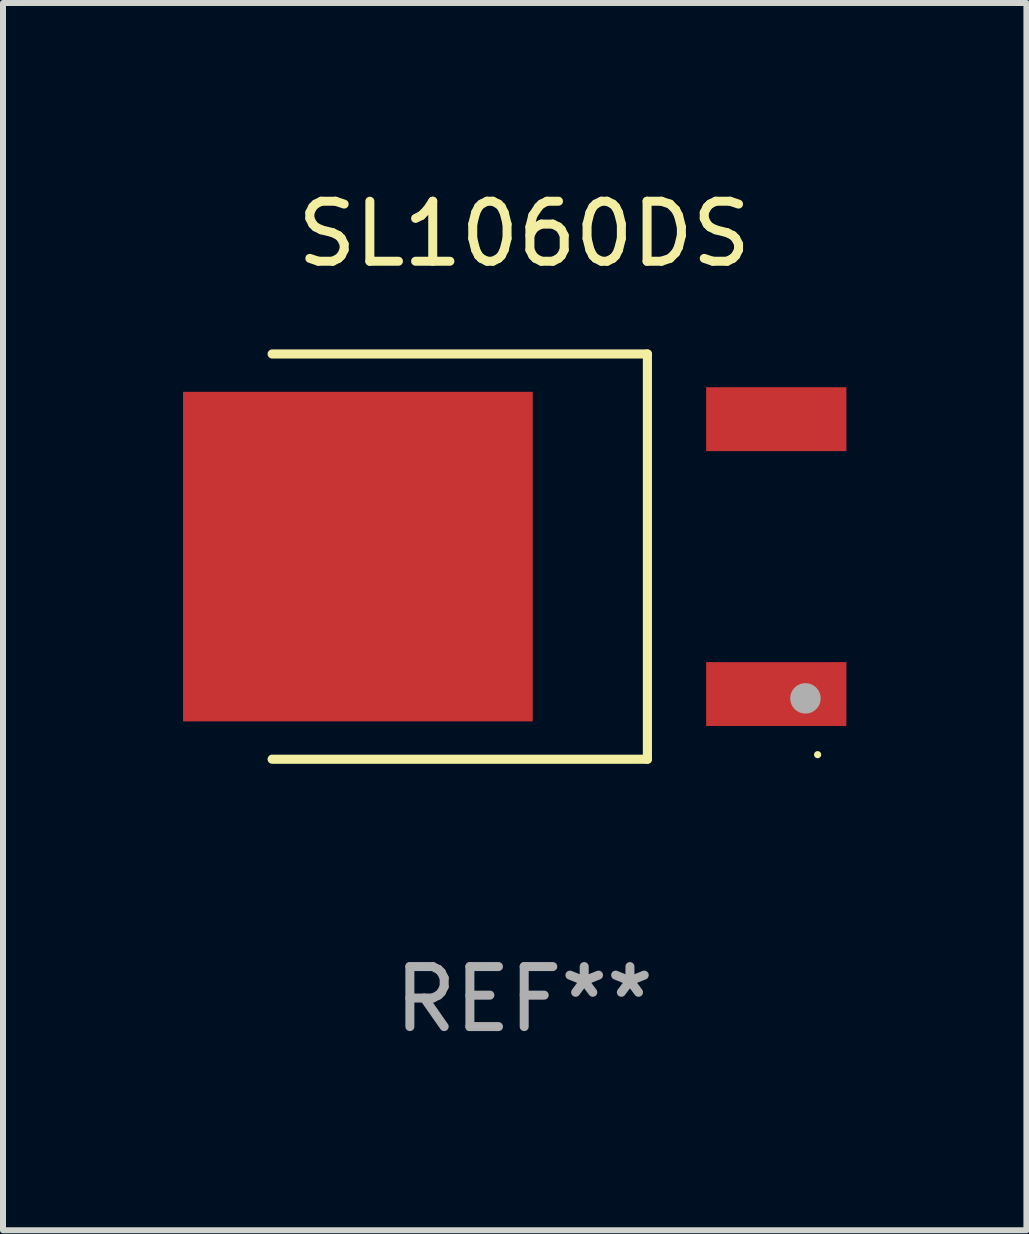
<source format=kicad_pcb>
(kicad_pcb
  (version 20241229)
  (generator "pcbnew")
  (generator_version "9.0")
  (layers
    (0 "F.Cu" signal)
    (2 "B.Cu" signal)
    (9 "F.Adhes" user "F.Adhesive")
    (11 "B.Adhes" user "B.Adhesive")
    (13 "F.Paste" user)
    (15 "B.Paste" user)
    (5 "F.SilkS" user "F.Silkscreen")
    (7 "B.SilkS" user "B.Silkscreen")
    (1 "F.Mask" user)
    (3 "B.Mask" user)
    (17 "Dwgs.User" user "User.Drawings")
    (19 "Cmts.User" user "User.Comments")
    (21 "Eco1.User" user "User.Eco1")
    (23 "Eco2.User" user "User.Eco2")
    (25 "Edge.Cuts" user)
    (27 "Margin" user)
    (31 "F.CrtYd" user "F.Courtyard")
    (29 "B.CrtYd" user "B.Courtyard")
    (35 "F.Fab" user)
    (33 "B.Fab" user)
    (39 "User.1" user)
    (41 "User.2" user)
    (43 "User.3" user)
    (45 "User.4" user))
  (footprint "SL1060DS"
    (layer "F.Cu")
    (at 5.684 6.224)
    (property "Reference" "SL1060DS" (at 0 -5.376 0) (layer "F.SilkS") (effects (font (size 1 1) (thickness 0.15))))
    (attr through_hole)
    (fp_line (start -4.2 -3.376) (end 2.053 -3.376) (stroke (width 0.152) (type solid)) (layer "F.SilkS"))
    (fp_line (start -4.2 3.376) (end 2.053 3.376) (stroke (width 0.152) (type solid)) (layer "F.SilkS"))
    (fp_line (start 2.053 3.376) (end 2.053 -3.376) (stroke (width 0.152) (type solid)) (layer "F.SilkS"))
    (fp_circle (center 4.889 3.3) (end 4.919 3.3) (stroke (width 0.06) (type solid)) (fill no) (layer "F.SilkS"))
    (fp_circle (center 4.686 2.362) (end 4.813 2.362) (stroke (width 0.254) (type solid)) (fill no) (layer "F.Fab"))
    (fp_text user "REF**" (at 0 7.376 0) (layer "F.Fab") (effects (font (size 1 1) (thickness 0.15))))
    (pad "1" smd rect (at 4.2 2.29) (size 2.336 1.064) (layers "F.Cu" "F.Mask" "F.Paste"))
    (pad "3" smd rect (at 4.2 -2.29) (size 2.336 1.064) (layers "F.Cu" "F.Mask" "F.Paste"))
    (pad "4" smd rect (at -2.771 0) (size 5.826 5.491) (layers "F.Cu" "F.Mask" "F.Paste")))
  (gr_rect
    (start -3 -3)
    (end 14.052 17.449)
    (stroke (width 0.1) (type default))
    (fill no)
    (layer "Edge.Cuts")))
</source>
